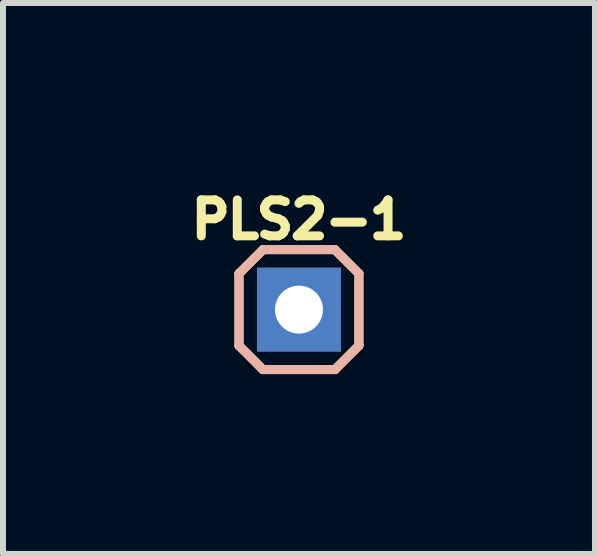
<source format=kicad_pcb>
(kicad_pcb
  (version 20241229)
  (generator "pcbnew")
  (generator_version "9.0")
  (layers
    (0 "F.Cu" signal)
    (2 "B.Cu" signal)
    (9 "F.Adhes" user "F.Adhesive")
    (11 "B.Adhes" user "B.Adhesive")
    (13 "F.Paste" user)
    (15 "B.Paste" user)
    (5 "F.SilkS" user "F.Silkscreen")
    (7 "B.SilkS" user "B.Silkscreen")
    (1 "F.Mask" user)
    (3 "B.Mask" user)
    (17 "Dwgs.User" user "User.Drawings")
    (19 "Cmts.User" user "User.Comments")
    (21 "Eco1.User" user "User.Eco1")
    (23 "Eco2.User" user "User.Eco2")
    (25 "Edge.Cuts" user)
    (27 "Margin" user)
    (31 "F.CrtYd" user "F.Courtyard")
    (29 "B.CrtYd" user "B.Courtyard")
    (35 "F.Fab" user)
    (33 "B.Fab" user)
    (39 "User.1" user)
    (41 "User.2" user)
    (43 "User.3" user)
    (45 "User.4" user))
  (footprint "PLS2-1"
    (layer "F.Cu")
    (at 1.936 2.114)
    (property "Reference" "PLS2-1" (at 0 -1.5 0) (layer "F.SilkS") (effects (font (size 0.6 0.6) (thickness 0.15))))
    (attr through_hole)
    (fp_line (start -1 -0.6) (end -0.6 -1) (stroke (width 0.15) (type solid)) (layer "F.SilkS"))
    (fp_line (start -1 0.6) (end -1 -0.6) (stroke (width 0.15) (type solid)) (layer "F.SilkS"))
    (fp_line (start -0.6 -1) (end 0.6 -1) (stroke (width 0.15) (type solid)) (layer "F.SilkS"))
    (fp_line (start -0.6 1) (end -1 0.6) (stroke (width 0.15) (type solid)) (layer "F.SilkS"))
    (fp_line (start 0.6 1) (end -0.6 1) (stroke (width 0.15) (type solid)) (layer "F.SilkS"))
    (fp_line (start 1 -0.6) (end 0.6 -1) (stroke (width 0.15) (type solid)) (layer "F.SilkS"))
    (fp_line (start 1 0.6) (end 0.6 1) (stroke (width 0.15) (type solid)) (layer "F.SilkS"))
    (fp_line (start 1 0.6) (end 1 -0.6) (stroke (width 0.15) (type solid)) (layer "F.SilkS"))
    (fp_line (start -1 -0.6) (end -0.6 -1) (stroke (width 0.15) (type solid)) (layer "B.SilkS"))
    (fp_line (start -1 0.6) (end -1 -0.6) (stroke (width 0.15) (type solid)) (layer "B.SilkS"))
    (fp_line (start -0.6 -1) (end 0.6 -1) (stroke (width 0.15) (type solid)) (layer "B.SilkS"))
    (fp_line (start -0.6 1) (end -1 0.6) (stroke (width 0.15) (type solid)) (layer "B.SilkS"))
    (fp_line (start 0.6 -1) (end 1 -0.6) (stroke (width 0.15) (type solid)) (layer "B.SilkS"))
    (fp_line (start 0.6 1) (end -0.6 1) (stroke (width 0.15) (type solid)) (layer "B.SilkS"))
    (fp_line (start 1 -0.6) (end 1 0.6) (stroke (width 0.15) (type solid)) (layer "B.SilkS"))
    (fp_line (start 1 0.6) (end 0.6 1) (stroke (width 0.15) (type solid)) (layer "B.SilkS"))
    (pad "1" thru_hole rect (at 0 0) (size 1.4 1.4) (drill 0.8) (layers "*.Cu" "*.Mask")))
  (gr_rect
    (start -3 -3)
    (end 6.873 6.189)
    (stroke (width 0.1) (type default))
    (fill no)
    (layer "Edge.Cuts")))
</source>
